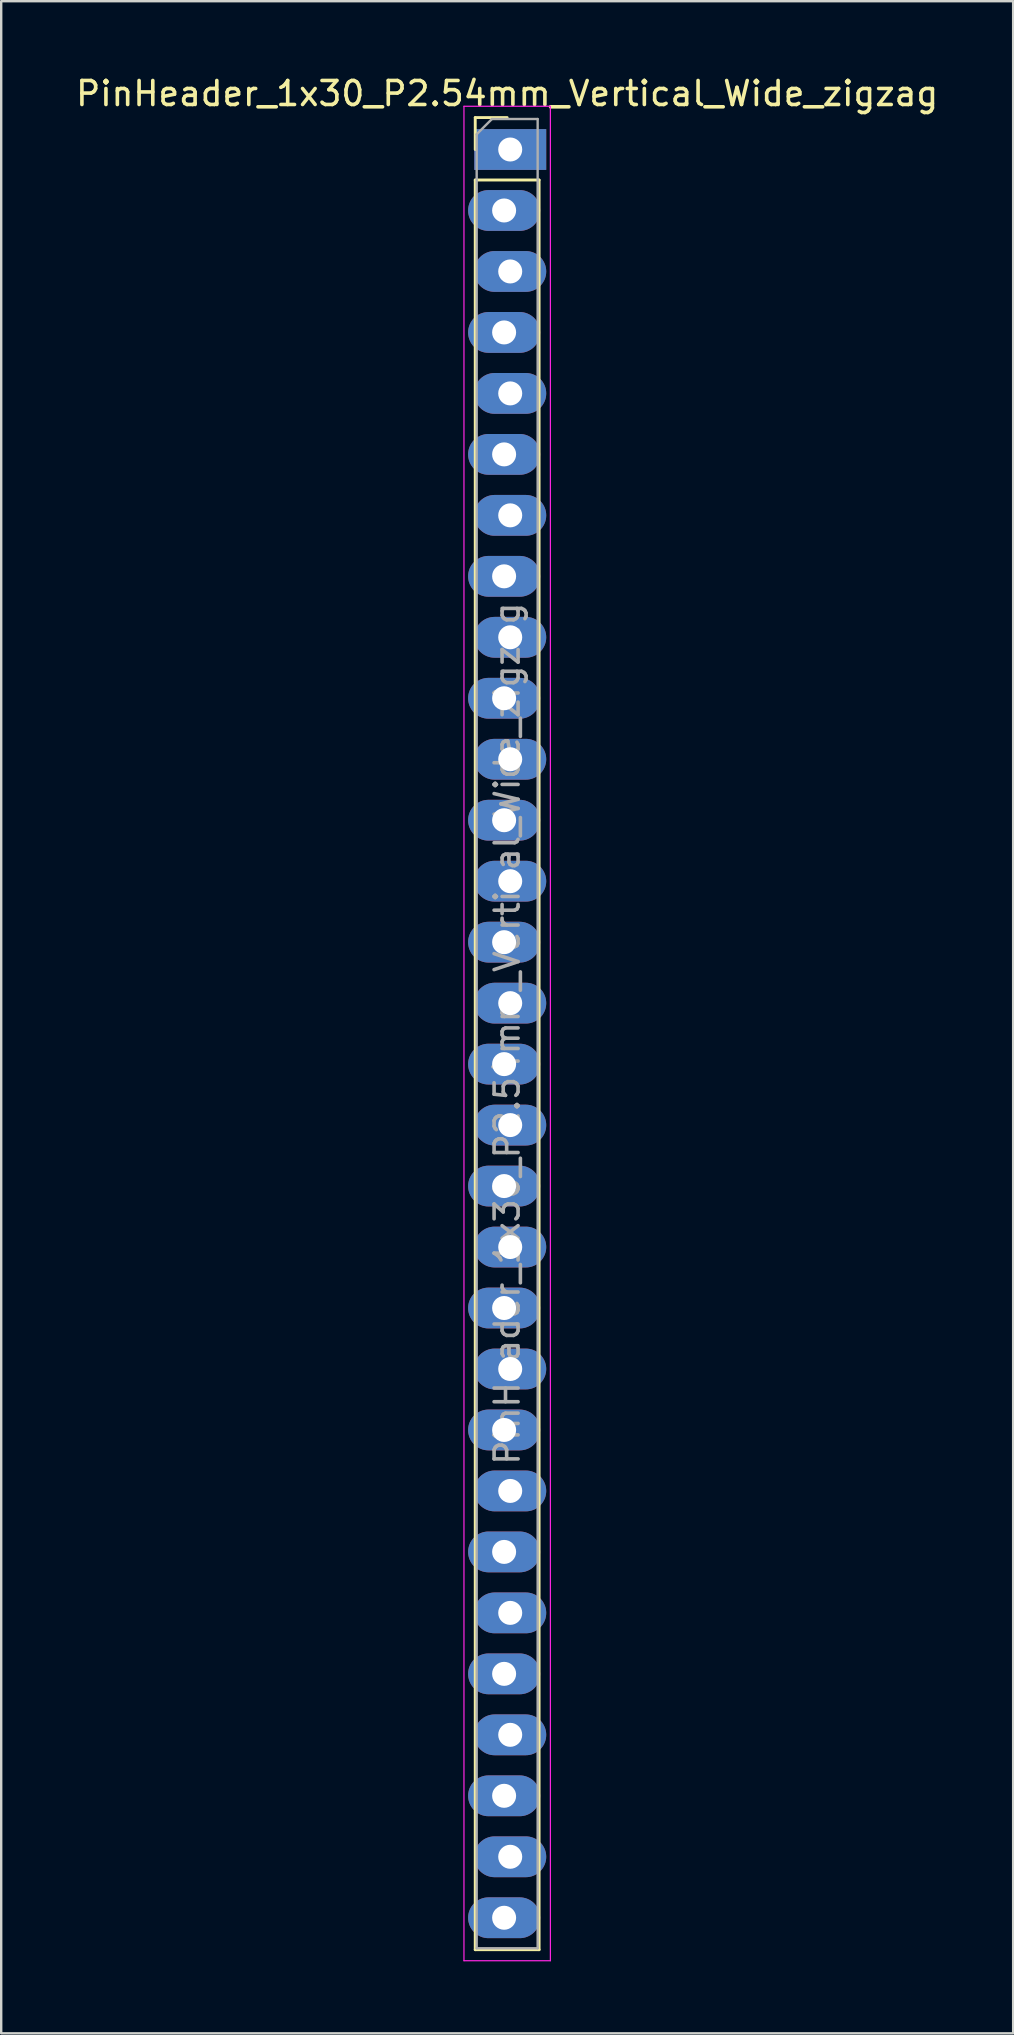
<source format=kicad_pcb>
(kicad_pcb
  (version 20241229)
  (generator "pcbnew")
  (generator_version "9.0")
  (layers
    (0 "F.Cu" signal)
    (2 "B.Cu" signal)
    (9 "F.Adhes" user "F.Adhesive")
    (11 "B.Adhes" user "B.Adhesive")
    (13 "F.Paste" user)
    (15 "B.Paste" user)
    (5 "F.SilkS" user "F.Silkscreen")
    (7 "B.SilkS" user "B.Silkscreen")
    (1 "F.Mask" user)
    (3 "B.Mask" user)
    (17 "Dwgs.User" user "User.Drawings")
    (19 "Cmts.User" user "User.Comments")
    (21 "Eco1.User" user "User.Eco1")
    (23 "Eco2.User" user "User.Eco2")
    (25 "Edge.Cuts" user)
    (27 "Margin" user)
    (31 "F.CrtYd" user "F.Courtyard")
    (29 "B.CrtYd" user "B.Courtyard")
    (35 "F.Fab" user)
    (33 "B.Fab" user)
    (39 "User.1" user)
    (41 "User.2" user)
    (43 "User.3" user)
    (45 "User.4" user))
  (footprint "PinHeader_1x30_P2.54mm_Vertical_Wide_zigzag"
    (layer "F.Cu")
    (at 18.077 3.178)
    (property "Reference" "PinHeader_1x30_P2.54mm_Vertical_Wide_zigzag" (at 0 -2.33 0) (layer "F.SilkS") (effects (font (size 1 1) (thickness 0.15))))
    (attr through_hole)
    (fp_line (start -1.33 -1.33) (end 0 -1.33) (stroke (width 0.12) (type solid)) (layer "F.SilkS"))
    (fp_line (start -1.33 0) (end -1.33 -1.33) (stroke (width 0.12) (type solid)) (layer "F.SilkS"))
    (fp_line (start -1.33 1.27) (end -1.33 74.99) (stroke (width 0.12) (type solid)) (layer "F.SilkS"))
    (fp_line (start -1.33 1.27) (end 1.33 1.27) (stroke (width 0.12) (type solid)) (layer "F.SilkS"))
    (fp_line (start -1.33 74.99) (end 1.33 74.99) (stroke (width 0.12) (type solid)) (layer "F.SilkS"))
    (fp_line (start 1.33 1.27) (end 1.33 74.99) (stroke (width 0.12) (type solid)) (layer "F.SilkS"))
    (fp_line (start -1.8 -1.8) (end -1.8 75.45) (stroke (width 0.05) (type solid)) (layer "F.CrtYd"))
    (fp_line (start -1.8 75.45) (end 1.8 75.45) (stroke (width 0.05) (type solid)) (layer "F.CrtYd"))
    (fp_line (start 1.8 -1.8) (end -1.8 -1.8) (stroke (width 0.05) (type solid)) (layer "F.CrtYd"))
    (fp_line (start 1.8 75.45) (end 1.8 -1.8) (stroke (width 0.05) (type solid)) (layer "F.CrtYd"))
    (fp_line (start -1.27 -0.635) (end -0.635 -1.27) (stroke (width 0.1) (type solid)) (layer "F.Fab"))
    (fp_line (start -1.27 74.93) (end -1.27 -0.635) (stroke (width 0.1) (type solid)) (layer "F.Fab"))
    (fp_line (start -0.635 -1.27) (end 1.27 -1.27) (stroke (width 0.1) (type solid)) (layer "F.Fab"))
    (fp_line (start 1.27 -1.27) (end 1.27 74.93) (stroke (width 0.1) (type solid)) (layer "F.Fab"))
    (fp_line (start 1.27 74.93) (end -1.27 74.93) (stroke (width 0.1) (type solid)) (layer "F.Fab"))
    (fp_text user "${REFERENCE}" (at 0 36.83 90) (layer "F.Fab") (effects (font (size 1 1) (thickness 0.15))))
    (pad "1" thru_hole rect (at 0.127 0) (size 3 1.7) (drill 1) (layers "*.Cu" "*.Mask"))
    (pad "2" thru_hole oval (at -0.127 2.54) (size 3 1.7) (drill 1) (layers "*.Cu" "*.Mask"))
    (pad "3" thru_hole oval (at 0.127 5.08) (size 3 1.7) (drill 1) (layers "*.Cu" "*.Mask"))
    (pad "4" thru_hole oval (at -0.127 7.62) (size 3 1.7) (drill 1) (layers "*.Cu" "*.Mask"))
    (pad "5" thru_hole oval (at 0.127 10.16) (size 3 1.7) (drill 1) (layers "*.Cu" "*.Mask"))
    (pad "6" thru_hole oval (at -0.127 12.7) (size 3 1.7) (drill 1) (layers "*.Cu" "*.Mask"))
    (pad "7" thru_hole oval (at 0.127 15.24) (size 3 1.7) (drill 1) (layers "*.Cu" "*.Mask"))
    (pad "8" thru_hole oval (at -0.127 17.78) (size 3 1.7) (drill 1) (layers "*.Cu" "*.Mask"))
    (pad "9" thru_hole oval (at 0.127 20.32) (size 3 1.7) (drill 1) (layers "*.Cu" "*.Mask"))
    (pad "10" thru_hole oval (at -0.127 22.86) (size 3 1.7) (drill 1) (layers "*.Cu" "*.Mask"))
    (pad "11" thru_hole oval (at 0.127 25.4) (size 3 1.7) (drill 1) (layers "*.Cu" "*.Mask"))
    (pad "12" thru_hole oval (at -0.127 27.94) (size 3 1.7) (drill 1) (layers "*.Cu" "*.Mask"))
    (pad "13" thru_hole oval (at 0.127 30.48) (size 3 1.7) (drill 1) (layers "*.Cu" "*.Mask"))
    (pad "14" thru_hole oval (at -0.127 33.02) (size 3 1.7) (drill 1) (layers "*.Cu" "*.Mask"))
    (pad "15" thru_hole oval (at 0.127 35.56) (size 3 1.7) (drill 1) (layers "*.Cu" "*.Mask"))
    (pad "16" thru_hole oval (at -0.127 38.1) (size 3 1.7) (drill 1) (layers "*.Cu" "*.Mask"))
    (pad "17" thru_hole oval (at 0.127 40.64) (size 3 1.7) (drill 1) (layers "*.Cu" "*.Mask"))
    (pad "18" thru_hole oval (at -0.127 43.18) (size 3 1.7) (drill 1) (layers "*.Cu" "*.Mask"))
    (pad "19" thru_hole oval (at 0.127 45.72) (size 3 1.7) (drill 1) (layers "*.Cu" "*.Mask"))
    (pad "20" thru_hole oval (at -0.127 48.26) (size 3 1.7) (drill 1) (layers "*.Cu" "*.Mask"))
    (pad "21" thru_hole oval (at 0.127 50.8) (size 3 1.7) (drill 1) (layers "*.Cu" "*.Mask"))
    (pad "22" thru_hole oval (at -0.127 53.34) (size 3 1.7) (drill 1) (layers "*.Cu" "*.Mask"))
    (pad "23" thru_hole oval (at 0.127 55.88) (size 3 1.7) (drill 1) (layers "*.Cu" "*.Mask"))
    (pad "24" thru_hole oval (at -0.127 58.42) (size 3 1.7) (drill 1) (layers "*.Cu" "*.Mask"))
    (pad "25" thru_hole oval (at 0.127 60.96) (size 3 1.7) (drill 1) (layers "*.Cu" "*.Mask"))
    (pad "26" thru_hole oval (at -0.127 63.5) (size 3 1.7) (drill 1) (layers "*.Cu" "*.Mask"))
    (pad "27" thru_hole oval (at 0.127 66.04) (size 3 1.7) (drill 1) (layers "*.Cu" "*.Mask"))
    (pad "28" thru_hole oval (at -0.127 68.58) (size 3 1.7) (drill 1) (layers "*.Cu" "*.Mask"))
    (pad "29" thru_hole oval (at 0.127 71.12) (size 3 1.7) (drill 1) (layers "*.Cu" "*.Mask"))
    (pad "30" thru_hole oval (at -0.127 73.66) (size 3 1.7) (drill 1) (layers "*.Cu" "*.Mask")))
  (gr_rect
    (start -3 -3)
    (end 39.155 81.653)
    (stroke (width 0.1) (type default))
    (fill no)
    (layer "Edge.Cuts")))
</source>
